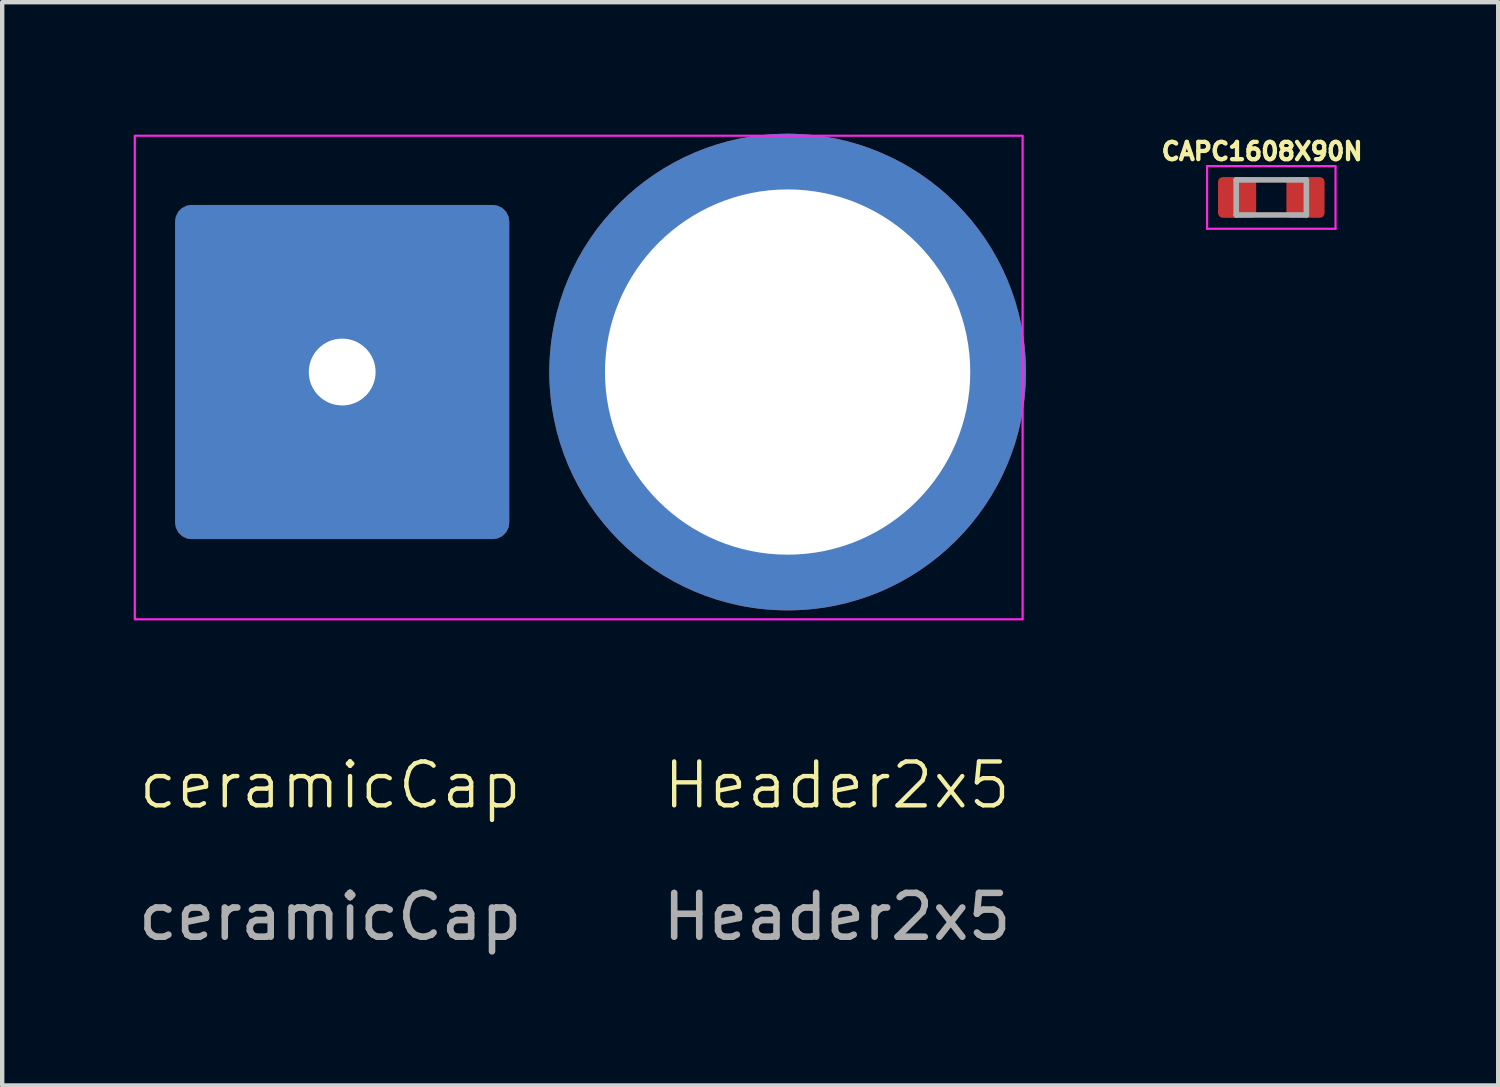
<source format=kicad_pcb>
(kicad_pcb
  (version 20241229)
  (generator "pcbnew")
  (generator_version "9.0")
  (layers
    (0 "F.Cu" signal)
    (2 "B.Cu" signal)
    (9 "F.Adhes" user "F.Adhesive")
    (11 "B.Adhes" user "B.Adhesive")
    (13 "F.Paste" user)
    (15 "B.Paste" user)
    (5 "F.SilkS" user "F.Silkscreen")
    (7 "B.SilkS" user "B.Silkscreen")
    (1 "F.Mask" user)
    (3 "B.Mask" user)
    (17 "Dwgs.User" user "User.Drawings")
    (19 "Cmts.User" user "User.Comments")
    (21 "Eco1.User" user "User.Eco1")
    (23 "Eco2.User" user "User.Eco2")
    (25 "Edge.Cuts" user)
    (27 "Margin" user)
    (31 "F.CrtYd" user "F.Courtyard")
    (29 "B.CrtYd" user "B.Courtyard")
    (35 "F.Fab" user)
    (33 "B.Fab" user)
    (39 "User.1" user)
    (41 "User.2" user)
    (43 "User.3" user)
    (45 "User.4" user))
  (footprint "ceramicCap"
    (layer "F.Cu")
    (at 4.482 15.361)
    (property "Reference" "ceramicCap" (at 0 -0.5 0) (unlocked yes) (layer "F.SilkS") (effects (font (size 1 1) (thickness 0.1))))
    (attr smd)
    (fp_text user "${REFERENCE}" (at 0 2.5 0) (unlocked yes) (layer "F.Fab") (effects (font (size 1 1) (thickness 0.15)))))
  (footprint "Banana"
    (layer "F.Cu")
    (at 14.915 5.436)
    (property "Reference" "Banana" (at 0 -0.5 0) (unlocked yes) (layer "F.SilkS") (effects (font (size 1 1) (thickness 0.1))))
    (attr through_hole)
    (fp_rect (start -14.89 -5.39) (end 5.36 5.64) (stroke (width 0.05) (type solid)) (fill no) (layer "F.CrtYd"))
    (fp_text user "${REFERENCE}" (at 0 2.5 0) (unlocked yes) (layer "F.Fab") (effects (font (size 1 1) (thickness 0.15))))
    (pad "2" thru_hole roundrect (at -10.16 0) (size 7.62 7.62) (drill 1.524) (layers "*.Cu" "*.Mask") (roundrect_rratio 0.049))
    (pad "m1" thru_hole circle (at 0 0) (size 10.871 10.871) (drill 8.331) (layers "*.Cu" "*.Mask")))
  (footprint "Header2x5"
    (layer "F.Cu")
    (at 16.042 15.361)
    (property "Reference" "Header2x5" (at 0 -0.5 0) (unlocked yes) (layer "F.SilkS") (effects (font (size 1 1) (thickness 0.1))))
    (attr through_hole)
    (fp_text user "${REFERENCE}" (at 0 2.5 0) (unlocked yes) (layer "F.Fab") (effects (font (size 1 1) (thickness 0.15)))))
  (footprint "CAPC1608X90N"
    (layer "F.Cu")
    (at 25.947 1.453)
    (property "Reference" "CAPC1608X90N" (at -0.21 -1.05 0) (layer "F.SilkS") (effects (font (size 0.394 0.394) (thickness 0.098))))
    (attr smd)
    (fp_line (start -1.465 -0.715) (end 1.465 -0.715) (stroke (width 0.05) (type solid)) (layer "F.CrtYd"))
    (fp_line (start -1.465 0.715) (end -1.465 -0.715) (stroke (width 0.05) (type solid)) (layer "F.CrtYd"))
    (fp_line (start -1.465 0.715) (end 1.465 0.715) (stroke (width 0.05) (type solid)) (layer "F.CrtYd"))
    (fp_line (start 1.465 0.715) (end 1.465 -0.715) (stroke (width 0.05) (type solid)) (layer "F.CrtYd"))
    (fp_line (start -0.8 0.4) (end -0.8 -0.4) (stroke (width 0.127) (type solid)) (layer "F.Fab"))
    (fp_line (start 0.8 -0.4) (end -0.8 -0.4) (stroke (width 0.127) (type solid)) (layer "F.Fab"))
    (fp_line (start 0.8 0.4) (end -0.8 0.4) (stroke (width 0.127) (type solid)) (layer "F.Fab"))
    (fp_line (start 0.8 0.4) (end 0.8 -0.4) (stroke (width 0.127) (type solid)) (layer "F.Fab"))
    (pad "1" smd roundrect (at -0.78 0) (size 0.87 0.93) (layers "F.Cu" "F.Mask" "F.Paste") (roundrect_rratio 0.125))
    (pad "2" smd roundrect (at 0.78 0) (size 0.87 0.93) (layers "F.Cu" "F.Mask" "F.Paste") (roundrect_rratio 0.125)))
  (gr_rect
    (start -3 -3)
    (end 31.123 21.709)
    (stroke (width 0.1) (type default))
    (fill no)
    (layer "Edge.Cuts")))
</source>
